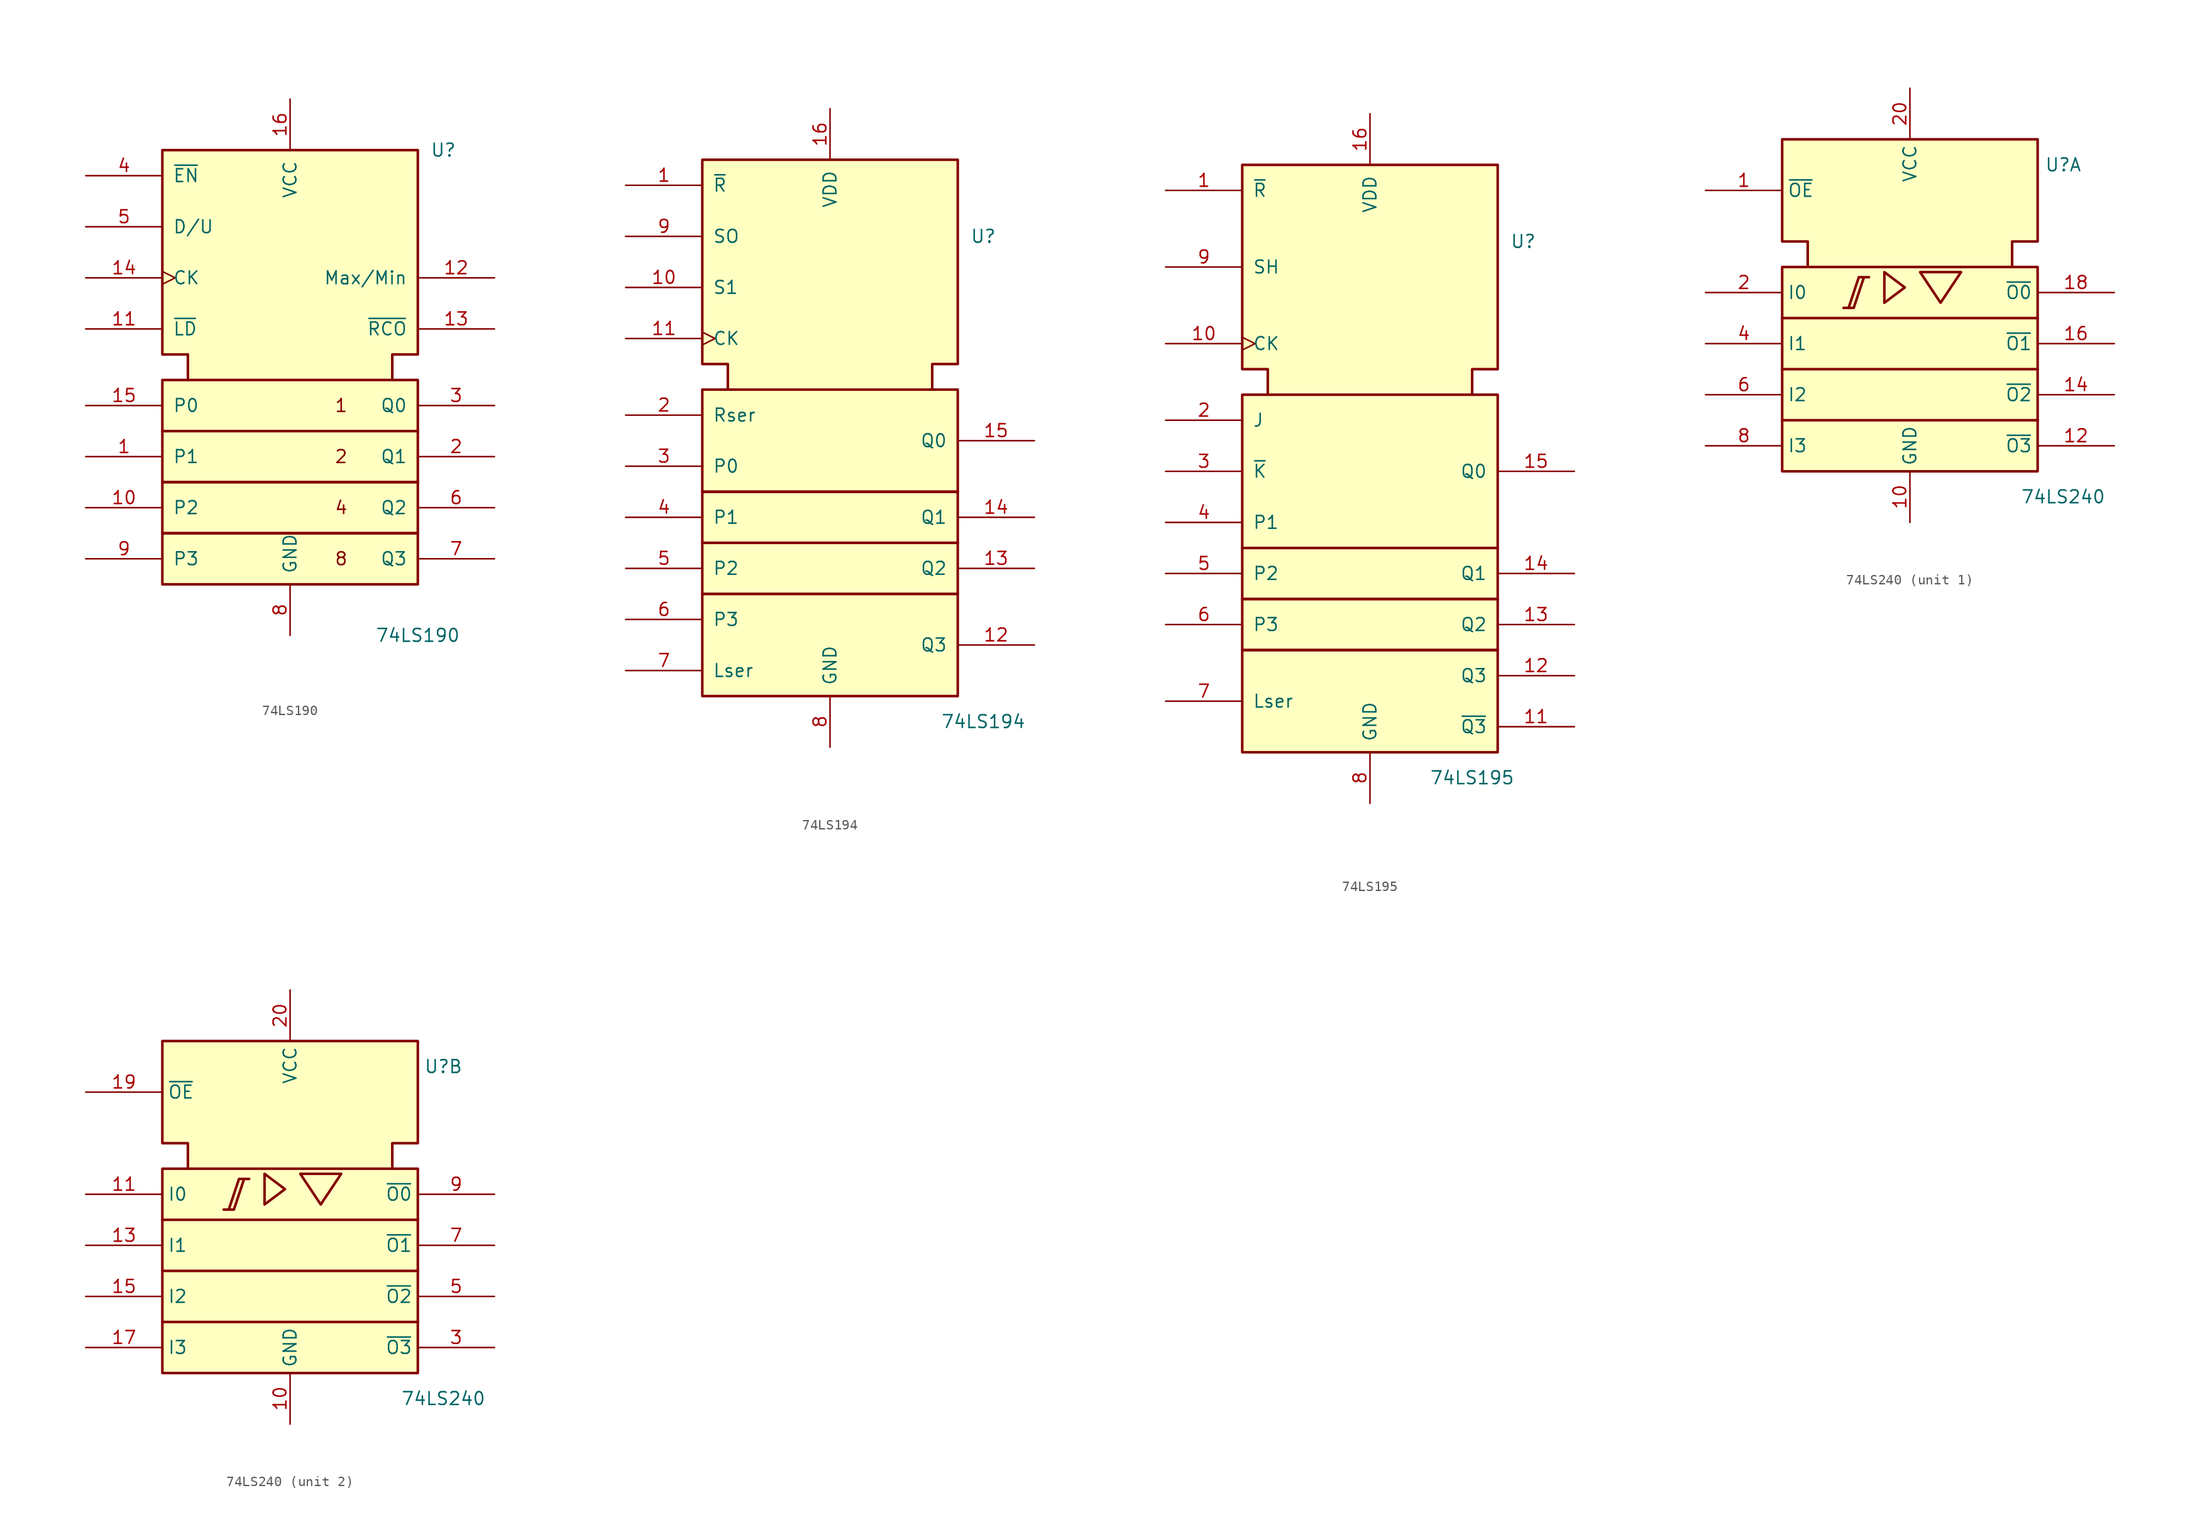
<source format=kicad_sym>
(kicad_symbol_lib
  (version 20231120)
  (generator "kicad_symbol_editor")
  (generator_version "8.0")
  (symbol "74LS190"
    (pin_names
      (offset 1.016))
    (property "Reference" "U"
      (at 15.24 22.86 0)
      (effects (font (size 1.27 1.27))))
    (property "Value" "74LS190"
      (at 12.7 -25.4 0)
      (effects (font (size 1.27 1.27))))
    (symbol "74LS190_0_0"
      (rectangle (start -12.7 -15.24) (end 12.7 -20.32) (stroke (width 0.254) (type default)) (fill (type background)))
      (rectangle (start -12.7 -10.16) (end 12.7 -15.24) (stroke (width 0.254) (type default)) (fill (type background)))
      (rectangle (start -12.7 -5.08) (end 12.7 -10.16) (stroke (width 0.254) (type default)) (fill (type background)))
      (rectangle (start -12.7 0) (end 12.7 -5.08) (stroke (width 0.254) (type default)) (fill (type background)))
      (polyline (pts (xy -10.16 0) (xy -10.16 2.54) (xy -12.7 2.54) (xy -12.7 22.86) (xy 12.7 22.86) (xy 12.7 2.54) (xy 10.16 2.54) (xy 10.16 0) (xy 10.16 0)) (stroke (width 0.254) (type default)) (fill (type background)))
      (text "1" (at 5.08 -2.54 0) (effects (font (size 1.27 1.27))))
      (text "2" (at 5.08 -7.62 0) (effects (font (size 1.27 1.27))))
      (text "4" (at 5.08 -12.7 0) (effects (font (size 1.27 1.27))))
      (text "8" (at 5.08 -17.78 0) (effects (font (size 1.27 1.27))))
      (pin power_in line (at 0 27.94 270) (length 5.08) (name "VCC" (effects (font (size 1.27 1.27)))) (number "16" (effects (font (size 1.27 1.27)))))
      (pin power_in line (at 0 -25.4 90) (length 5.08) (name "GND" (effects (font (size 1.27 1.27)))) (number "8" (effects (font (size 1.27 1.27))))))
    (symbol "74LS190_1_1"
      (pin input line (at -20.32 -7.62 0) (length 7.62) (name "P1" (effects (font (size 1.27 1.27)))) (number "1" (effects (font (size 1.27 1.27)))))
      (pin input line (at -20.32 -12.7 0) (length 7.62) (name "P2" (effects (font (size 1.27 1.27)))) (number "10" (effects (font (size 1.27 1.27)))))
      (pin input line (at -20.32 5.08 0) (length 7.62) (name "~{LD}" (effects (font (size 1.27 1.27)))) (number "11" (effects (font (size 1.27 1.27)))))
      (pin output line (at 20.32 10.16 180) (length 7.62) (name "Max/Min" (effects (font (size 1.27 1.27)))) (number "12" (effects (font (size 1.27 1.27)))))
      (pin output line (at 20.32 5.08 180) (length 7.62) (name "~{RCO}" (effects (font (size 1.27 1.27)))) (number "13" (effects (font (size 1.27 1.27)))))
      (pin input clock (at -20.32 10.16 0) (length 7.62) (name "CK" (effects (font (size 1.27 1.27)))) (number "14" (effects (font (size 1.27 1.27)))))
      (pin input line (at -20.32 -2.54 0) (length 7.62) (name "P0" (effects (font (size 1.27 1.27)))) (number "15" (effects (font (size 1.27 1.27)))))
      (pin output line (at 20.32 -7.62 180) (length 7.62) (name "Q1" (effects (font (size 1.27 1.27)))) (number "2" (effects (font (size 1.27 1.27)))))
      (pin output line (at 20.32 -2.54 180) (length 7.62) (name "Q0" (effects (font (size 1.27 1.27)))) (number "3" (effects (font (size 1.27 1.27)))))
      (pin input line (at -20.32 20.32 0) (length 7.62) (name "~{EN}" (effects (font (size 1.27 1.27)))) (number "4" (effects (font (size 1.27 1.27)))))
      (pin input line (at -20.32 15.24 0) (length 7.62) (name "D/U" (effects (font (size 1.27 1.27)))) (number "5" (effects (font (size 1.27 1.27)))))
      (pin output line (at 20.32 -12.7 180) (length 7.62) (name "Q2" (effects (font (size 1.27 1.27)))) (number "6" (effects (font (size 1.27 1.27)))))
      (pin output line (at 20.32 -17.78 180) (length 7.62) (name "Q3" (effects (font (size 1.27 1.27)))) (number "7" (effects (font (size 1.27 1.27)))))
      (pin input line (at -20.32 -17.78 0) (length 7.62) (name "P3" (effects (font (size 1.27 1.27)))) (number "9" (effects (font (size 1.27 1.27)))))))
  (symbol "74LS194"
    (pin_names
      (offset 1.016))
    (property "Reference" "U"
      (at 15.24 17.78 0)
      (effects (font (size 1.27 1.27))))
    (property "Value" "74LS194"
      (at 15.24 -30.48 0)
      (effects (font (size 1.27 1.27))))
    (symbol "74LS194_0_0"
      (rectangle (start -12.7 -17.78) (end 12.7 -27.94) (stroke (width 0.254) (type default)) (fill (type background)))
      (polyline (pts (xy -10.16 2.54) (xy -10.16 5.08) (xy -12.7 5.08) (xy -12.7 25.4) (xy 12.7 25.4) (xy 12.7 5.08) (xy 10.16 5.08) (xy 10.16 2.54) (xy 10.16 2.54)) (stroke (width 0.254) (type default)) (fill (type background)))
      (pin power_in line (at -20.32 -25.4 0) (length 7.62) (name "Lser" (effects (font (size 1.27 1.27)))) (number "7" (effects (font (size 1.27 1.27)))))
      (pin power_in line (at 0 -33.02 90) (length 5.08) (name "GND" (effects (font (size 1.27 1.27)))) (number "8" (effects (font (size 1.27 1.27))))))
    (symbol "74LS194_0_1"
      (rectangle (start -12.7 -12.7) (end 12.7 -17.78) (stroke (width 0.254) (type default)) (fill (type background)))
      (rectangle (start -12.7 -7.62) (end 12.7 -12.7) (stroke (width 0.254) (type default)) (fill (type background)))
      (rectangle (start -12.7 2.54) (end 12.7 -7.62) (stroke (width 0.254) (type default)) (fill (type background)))
      (pin power_in line (at 0 30.48 270) (length 5.08) (name "VDD" (effects (font (size 1.27 1.27)))) (number "16" (effects (font (size 1.27 1.27))))))
    (symbol "74LS194_1_1"
      (pin input line (at -20.32 22.86 0) (length 7.62) (name "~{R}" (effects (font (size 1.27 1.27)))) (number "1" (effects (font (size 1.27 1.27)))))
      (pin input line (at -20.32 12.7 0) (length 7.62) (name "S1" (effects (font (size 1.27 1.27)))) (number "10" (effects (font (size 1.27 1.27)))))
      (pin input clock (at -20.32 7.62 0) (length 7.62) (name "CK" (effects (font (size 1.27 1.27)))) (number "11" (effects (font (size 1.27 1.27)))))
      (pin output line (at 20.32 -22.86 180) (length 7.62) (name "Q3" (effects (font (size 1.27 1.27)))) (number "12" (effects (font (size 1.27 1.27)))))
      (pin output line (at 20.32 -15.24 180) (length 7.62) (name "Q2" (effects (font (size 1.27 1.27)))) (number "13" (effects (font (size 1.27 1.27)))))
      (pin output line (at 20.32 -10.16 180) (length 7.62) (name "Q1" (effects (font (size 1.27 1.27)))) (number "14" (effects (font (size 1.27 1.27)))))
      (pin output line (at 20.32 -2.54 180) (length 7.62) (name "Q0" (effects (font (size 1.27 1.27)))) (number "15" (effects (font (size 1.27 1.27)))))
      (pin input line (at -20.32 0 0) (length 7.62) (name "Rser" (effects (font (size 1.27 1.27)))) (number "2" (effects (font (size 1.27 1.27)))))
      (pin input line (at -20.32 -5.08 0) (length 7.62) (name "P0" (effects (font (size 1.27 1.27)))) (number "3" (effects (font (size 1.27 1.27)))))
      (pin input line (at -20.32 -10.16 0) (length 7.62) (name "P1" (effects (font (size 1.27 1.27)))) (number "4" (effects (font (size 1.27 1.27)))))
      (pin input line (at -20.32 -15.24 0) (length 7.62) (name "P2" (effects (font (size 1.27 1.27)))) (number "5" (effects (font (size 1.27 1.27)))))
      (pin input line (at -20.32 -20.32 0) (length 7.62) (name "P3" (effects (font (size 1.27 1.27)))) (number "6" (effects (font (size 1.27 1.27)))))
      (pin input line (at -20.32 17.78 0) (length 7.62) (name "SO" (effects (font (size 1.27 1.27)))) (number "9" (effects (font (size 1.27 1.27)))))))
  (symbol "74LS195"
    (pin_names
      (offset 1.016))
    (property "Reference" "U"
      (at 15.24 17.78 0)
      (effects (font (size 1.27 1.27))))
    (property "Value" "74LS195"
      (at 10.16 -35.56 0)
      (effects (font (size 1.27 1.27))))
    (symbol "74LS195_0_0"
      (rectangle (start -12.7 -22.86) (end 12.7 -33.02) (stroke (width 0.254) (type default)) (fill (type background)))
      (rectangle (start -12.7 -17.78) (end 12.7 -22.86) (stroke (width 0.254) (type default)) (fill (type background)))
      (rectangle (start -12.7 -12.7) (end 12.7 -17.78) (stroke (width 0.254) (type default)) (fill (type background)))
      (rectangle (start -12.7 2.54) (end 12.7 -12.7) (stroke (width 0.254) (type default)) (fill (type background)))
      (polyline (pts (xy -10.16 2.54) (xy -10.16 5.08) (xy -12.7 5.08) (xy -12.7 25.4) (xy 12.7 25.4) (xy 12.7 5.08) (xy 10.16 5.08) (xy 10.16 2.54) (xy 10.16 2.54)) (stroke (width 0.254) (type default)) (fill (type background)))
      (pin power_in line (at -20.32 -27.94 0) (length 7.62) (name "Lser" (effects (font (size 1.27 1.27)))) (number "7" (effects (font (size 1.27 1.27)))))
      (pin power_in line (at 0 -38.1 90) (length 5.08) (name "GND" (effects (font (size 1.27 1.27)))) (number "8" (effects (font (size 1.27 1.27))))))
    (symbol "74LS195_0_1"
      (pin power_in line (at 0 30.48 270) (length 5.08) (name "VDD" (effects (font (size 1.27 1.27)))) (number "16" (effects (font (size 1.27 1.27))))))
    (symbol "74LS195_1_1"
      (pin input line (at -20.32 22.86 0) (length 7.62) (name "~{R}" (effects (font (size 1.27 1.27)))) (number "1" (effects (font (size 1.27 1.27)))))
      (pin input clock (at -20.32 7.62 0) (length 7.62) (name "CK" (effects (font (size 1.27 1.27)))) (number "10" (effects (font (size 1.27 1.27)))))
      (pin input line (at 20.32 -30.48 180) (length 7.62) (name "~{Q3}" (effects (font (size 1.27 1.27)))) (number "11" (effects (font (size 1.27 1.27)))))
      (pin output line (at 20.32 -25.4 180) (length 7.62) (name "Q3" (effects (font (size 1.27 1.27)))) (number "12" (effects (font (size 1.27 1.27)))))
      (pin output line (at 20.32 -20.32 180) (length 7.62) (name "Q2" (effects (font (size 1.27 1.27)))) (number "13" (effects (font (size 1.27 1.27)))))
      (pin output line (at 20.32 -15.24 180) (length 7.62) (name "Q1" (effects (font (size 1.27 1.27)))) (number "14" (effects (font (size 1.27 1.27)))))
      (pin output line (at 20.32 -5.08 180) (length 7.62) (name "Q0" (effects (font (size 1.27 1.27)))) (number "15" (effects (font (size 1.27 1.27)))))
      (pin input line (at -20.32 0 0) (length 7.62) (name "J" (effects (font (size 1.27 1.27)))) (number "2" (effects (font (size 1.27 1.27)))))
      (pin input line (at -20.32 -5.08 0) (length 7.62) (name "~{K}" (effects (font (size 1.27 1.27)))) (number "3" (effects (font (size 1.27 1.27)))))
      (pin input line (at -20.32 -10.16 0) (length 7.62) (name "P1" (effects (font (size 1.27 1.27)))) (number "4" (effects (font (size 1.27 1.27)))))
      (pin input line (at -20.32 -15.24 0) (length 7.62) (name "P2" (effects (font (size 1.27 1.27)))) (number "5" (effects (font (size 1.27 1.27)))))
      (pin input line (at -20.32 -20.32 0) (length 7.62) (name "P3" (effects (font (size 1.27 1.27)))) (number "6" (effects (font (size 1.27 1.27)))))
      (pin input line (at -20.32 15.24 0) (length 7.62) (name "SH" (effects (font (size 1.27 1.27)))) (number "9" (effects (font (size 1.27 1.27)))))))
  (symbol "74LS240"
    (property "Reference" "U"
      (at 15.24 17.78 0)
      (effects (font (size 1.27 1.27))))
    (property "Value" "74LS240"
      (at 15.24 -15.24 0)
      (effects (font (size 1.27 1.27))))
    (symbol "74LS240_0_0"
      (polyline (pts (xy -2.54 7.112) (xy -2.54 4.064) (xy -0.508 5.588) (xy -2.54 7.112) (xy -2.54 7.112)) (stroke (width 0.254) (type default)) (fill (type background)))
      (polyline (pts (xy 1.524 7.112) (xy 5.08 7.112) (xy 3.048 4.064) (xy 1.016 7.112) (xy 1.524 7.112) (xy 1.524 7.112)) (stroke (width 0.254) (type default)) (fill (type background))))
    (symbol "74LS240_0_1"
      (rectangle (start -12.7 7.62) (end 12.7 -12.7) (stroke (width 0.254) (type default)) (fill (type background)))
      (polyline (pts (xy -12.7 -7.62) (xy 12.7 -7.62) (xy 12.7 -7.62)) (stroke (width 0.254) (type default)) (fill (type background)))
      (polyline (pts (xy -12.7 -2.54) (xy 12.7 -2.54) (xy 12.7 -2.54)) (stroke (width 0.254) (type default)) (fill (type background)))
      (polyline (pts (xy -12.7 2.54) (xy 12.7 2.54) (xy 12.7 2.54)) (stroke (width 0.254) (type default)) (fill (type background)))
      (polyline (pts (xy -6.604 3.556) (xy -5.588 3.556) (xy -4.572 6.604) (xy -4.064 6.604) (xy -5.08 6.604) (xy -6.096 3.556) (xy -6.096 3.556)) (stroke (width 0.254) (type default)) (fill (type background)))
      (polyline (pts (xy -10.16 7.62) (xy -10.16 10.16) (xy -12.7 10.16) (xy -12.7 20.32) (xy 12.7 20.32) (xy 12.7 10.16) (xy 10.16 10.16) (xy 10.16 7.62) (xy 10.16 7.62)) (stroke (width 0.254) (type default)) (fill (type background)))
      (pin power_in line (at 0 -17.78 90) (length 5.08) (name "GND" (effects (font (size 1.27 1.27)))) (number "10" (effects (font (size 1.27 1.27)))))
      (pin power_in line (at 0 25.4 270) (length 5.08) (name "VCC" (effects (font (size 1.27 1.27)))) (number "20" (effects (font (size 1.27 1.27))))))
    (symbol "74LS240_1_1"
      (pin input line (at -20.32 15.24 0) (length 7.62) (name "~{OE}" (effects (font (size 1.27 1.27)))) (number "1" (effects (font (size 1.27 1.27)))))
      (pin tri_state line (at 20.32 -10.16 180) (length 7.62) (name "~{O3}" (effects (font (size 1.27 1.27)))) (number "12" (effects (font (size 1.27 1.27)))))
      (pin tri_state line (at 20.32 -5.08 180) (length 7.62) (name "~{O2}" (effects (font (size 1.27 1.27)))) (number "14" (effects (font (size 1.27 1.27)))))
      (pin tri_state line (at 20.32 0 180) (length 7.62) (name "~{O1}" (effects (font (size 1.27 1.27)))) (number "16" (effects (font (size 1.27 1.27)))))
      (pin tri_state line (at 20.32 5.08 180) (length 7.62) (name "~{O0}" (effects (font (size 1.27 1.27)))) (number "18" (effects (font (size 1.27 1.27)))))
      (pin input line (at -20.32 5.08 0) (length 7.62) (name "I0" (effects (font (size 1.27 1.27)))) (number "2" (effects (font (size 1.27 1.27)))))
      (pin input line (at -20.32 0 0) (length 7.62) (name "I1" (effects (font (size 1.27 1.27)))) (number "4" (effects (font (size 1.27 1.27)))))
      (pin input line (at -20.32 -5.08 0) (length 7.62) (name "I2" (effects (font (size 1.27 1.27)))) (number "6" (effects (font (size 1.27 1.27)))))
      (pin input line (at -20.32 -10.16 0) (length 7.62) (name "I3" (effects (font (size 1.27 1.27)))) (number "8" (effects (font (size 1.27 1.27))))))
    (symbol "74LS240_2_1"
      (pin input line (at -20.32 5.08 0) (length 7.62) (name "I0" (effects (font (size 1.27 1.27)))) (number "11" (effects (font (size 1.27 1.27)))))
      (pin input line (at -20.32 0 0) (length 7.62) (name "I1" (effects (font (size 1.27 1.27)))) (number "13" (effects (font (size 1.27 1.27)))))
      (pin input line (at -20.32 -5.08 0) (length 7.62) (name "I2" (effects (font (size 1.27 1.27)))) (number "15" (effects (font (size 1.27 1.27)))))
      (pin input line (at -20.32 -10.16 0) (length 7.62) (name "I3" (effects (font (size 1.27 1.27)))) (number "17" (effects (font (size 1.27 1.27)))))
      (pin input line (at -20.32 15.24 0) (length 7.62) (name "~{OE}" (effects (font (size 1.27 1.27)))) (number "19" (effects (font (size 1.27 1.27)))))
      (pin tri_state line (at 20.32 -10.16 180) (length 7.62) (name "~{O3}" (effects (font (size 1.27 1.27)))) (number "3" (effects (font (size 1.27 1.27)))))
      (pin tri_state line (at 20.32 -5.08 180) (length 7.62) (name "~{O2}" (effects (font (size 1.27 1.27)))) (number "5" (effects (font (size 1.27 1.27)))))
      (pin tri_state line (at 20.32 0 180) (length 7.62) (name "~{O1}" (effects (font (size 1.27 1.27)))) (number "7" (effects (font (size 1.27 1.27)))))
      (pin tri_state line (at 20.32 5.08 180) (length 7.62) (name "~{O0}" (effects (font (size 1.27 1.27)))) (number "9" (effects (font (size 1.27 1.27))))))))
</source>
